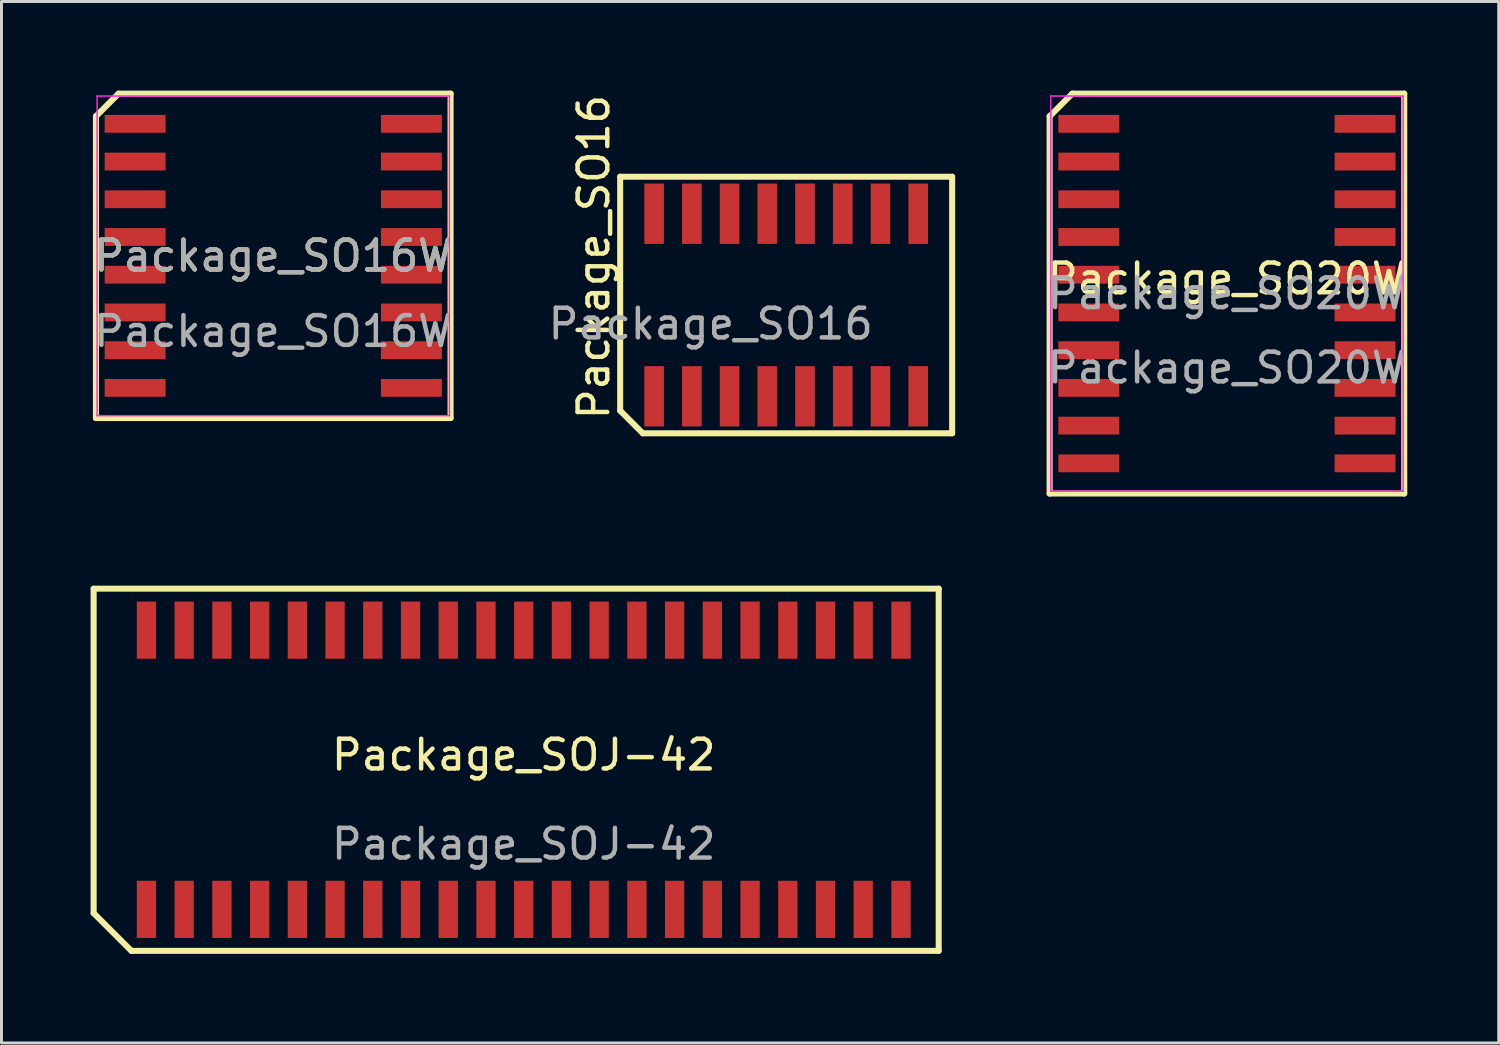
<source format=kicad_pcb>
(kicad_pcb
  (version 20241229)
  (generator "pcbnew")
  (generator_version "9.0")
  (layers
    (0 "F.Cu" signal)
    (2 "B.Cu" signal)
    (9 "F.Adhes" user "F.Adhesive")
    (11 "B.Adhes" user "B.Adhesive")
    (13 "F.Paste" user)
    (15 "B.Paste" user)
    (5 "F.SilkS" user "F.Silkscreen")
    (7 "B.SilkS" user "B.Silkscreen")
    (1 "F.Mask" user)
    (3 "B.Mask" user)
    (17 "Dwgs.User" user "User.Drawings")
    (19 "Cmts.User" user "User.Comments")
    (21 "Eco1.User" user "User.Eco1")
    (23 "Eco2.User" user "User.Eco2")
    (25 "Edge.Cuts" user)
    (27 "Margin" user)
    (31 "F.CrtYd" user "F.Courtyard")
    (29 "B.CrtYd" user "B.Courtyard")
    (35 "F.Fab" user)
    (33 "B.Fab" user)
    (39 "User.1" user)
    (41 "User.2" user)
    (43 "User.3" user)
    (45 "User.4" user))
  (footprint "Package_SO16"
    (layer "F.Cu")
    (at 23.415 7.218)
    (property "Reference" "Package_SO16" (at -6.477 3.937 90) (unlocked yes) (layer "F.SilkS") (effects (font (size 1 1) (thickness 0.15)) (justify left)))
    (attr smd)
    (fp_line (start -5.588 -4.318) (end -5.588 3.556) (stroke (width 0.203) (type solid)) (layer "F.SilkS"))
    (fp_line (start -5.588 3.556) (end -4.826 4.318) (stroke (width 0.203) (type solid)) (layer "F.SilkS"))
    (fp_line (start -4.826 4.318) (end 5.588 4.318) (stroke (width 0.203) (type solid)) (layer "F.SilkS"))
    (fp_line (start 5.588 -4.318) (end -5.588 -4.318) (stroke (width 0.203) (type solid)) (layer "F.SilkS"))
    (fp_line (start 5.588 4.318) (end 5.588 -4.318) (stroke (width 0.203) (type solid)) (layer "F.SilkS"))
    (fp_text user "${REFERENCE}" (at -2.54 0.635 0) (unlocked yes) (layer "F.Fab") (effects (font (size 1 1) (thickness 0.15))))
    (pad "1" smd rect (at -4.445 3.073) (size 0.66 2.032) (layers "F.Cu" "F.Mask" "F.Paste"))
    (pad "2" smd rect (at -3.175 3.073) (size 0.66 2.032) (layers "F.Cu" "F.Mask" "F.Paste"))
    (pad "3" smd rect (at -1.905 3.073) (size 0.66 2.032) (layers "F.Cu" "F.Mask" "F.Paste"))
    (pad "4" smd rect (at -0.635 3.073) (size 0.66 2.032) (layers "F.Cu" "F.Mask" "F.Paste"))
    (pad "5" smd rect (at 0.635 3.073) (size 0.66 2.032) (layers "F.Cu" "F.Mask" "F.Paste"))
    (pad "6" smd rect (at 1.905 3.073) (size 0.66 2.032) (layers "F.Cu" "F.Mask" "F.Paste"))
    (pad "7" smd rect (at 3.175 3.073) (size 0.66 2.032) (layers "F.Cu" "F.Mask" "F.Paste"))
    (pad "8" smd rect (at 4.445 3.073) (size 0.66 2.032) (layers "F.Cu" "F.Mask" "F.Paste"))
    (pad "9" smd rect (at 4.445 -3.073) (size 0.66 2.032) (layers "F.Cu" "F.Mask" "F.Paste"))
    (pad "10" smd rect (at 3.175 -3.073) (size 0.66 2.032) (layers "F.Cu" "F.Mask" "F.Paste"))
    (pad "11" smd rect (at 1.905 -3.073) (size 0.66 2.032) (layers "F.Cu" "F.Mask" "F.Paste"))
    (pad "12" smd rect (at 0.635 -3.073) (size 0.66 2.032) (layers "F.Cu" "F.Mask" "F.Paste"))
    (pad "13" smd rect (at -0.635 -3.073) (size 0.66 2.032) (layers "F.Cu" "F.Mask" "F.Paste"))
    (pad "14" smd rect (at -1.905 -3.073) (size 0.66 2.032) (layers "F.Cu" "F.Mask" "F.Paste"))
    (pad "15" smd rect (at -3.175 -3.073) (size 0.66 2.032) (layers "F.Cu" "F.Mask" "F.Paste"))
    (pad "16" smd rect (at -4.445 -3.073) (size 0.66 2.032) (layers "F.Cu" "F.Mask" "F.Paste")))
  (footprint "Package_SOJ-42"
    (layer "F.Cu")
    (at 14.58 22.863)
    (property "Reference" "Package_SOJ-42" (at 0 -0.5 0) (unlocked yes) (layer "F.SilkS") (effects (font (size 1 1) (thickness 0.15))))
    (attr smd)
    (fp_line (start -14.478 -6.096) (end -14.478 4.826) (stroke (width 0.203) (type solid)) (layer "F.SilkS"))
    (fp_line (start -14.478 4.826) (end -13.208 6.096) (stroke (width 0.203) (type solid)) (layer "F.SilkS"))
    (fp_line (start -13.208 6.096) (end 13.97 6.096) (stroke (width 0.203) (type solid)) (layer "F.SilkS"))
    (fp_line (start 13.97 -6.096) (end -14.478 -6.096) (stroke (width 0.203) (type solid)) (layer "F.SilkS"))
    (fp_line (start 13.97 6.096) (end 13.97 -6.096) (stroke (width 0.203) (type solid)) (layer "F.SilkS"))
    (fp_text user "${REFERENCE}" (at 0 2.5 0) (unlocked yes) (layer "F.Fab") (effects (font (size 1 1) (thickness 0.15))))
    (pad "1" smd rect (at -12.7 4.699) (size 0.649 1.925) (layers "F.Cu" "F.Mask" "F.Paste"))
    (pad "2" smd rect (at -11.43 4.699) (size 0.649 1.925) (layers "F.Cu" "F.Mask" "F.Paste"))
    (pad "3" smd rect (at -10.16 4.699) (size 0.649 1.925) (layers "F.Cu" "F.Mask" "F.Paste"))
    (pad "4" smd rect (at -8.89 4.699) (size 0.649 1.925) (layers "F.Cu" "F.Mask" "F.Paste"))
    (pad "5" smd rect (at -7.62 4.699) (size 0.649 1.925) (layers "F.Cu" "F.Mask" "F.Paste"))
    (pad "6" smd rect (at -6.35 4.699) (size 0.649 1.925) (layers "F.Cu" "F.Mask" "F.Paste"))
    (pad "7" smd rect (at -5.08 4.699) (size 0.649 1.925) (layers "F.Cu" "F.Mask" "F.Paste"))
    (pad "8" smd rect (at -3.81 4.699) (size 0.649 1.925) (layers "F.Cu" "F.Mask" "F.Paste"))
    (pad "9" smd rect (at -2.54 4.699) (size 0.649 1.925) (layers "F.Cu" "F.Mask" "F.Paste"))
    (pad "10" smd rect (at -1.27 4.699) (size 0.649 1.925) (layers "F.Cu" "F.Mask" "F.Paste"))
    (pad "11" smd rect (at 0 4.699) (size 0.649 1.925) (layers "F.Cu" "F.Mask" "F.Paste"))
    (pad "12" smd rect (at 1.27 4.699) (size 0.649 1.925) (layers "F.Cu" "F.Mask" "F.Paste"))
    (pad "13" smd rect (at 2.54 4.699) (size 0.649 1.925) (layers "F.Cu" "F.Mask" "F.Paste"))
    (pad "14" smd rect (at 3.81 4.699) (size 0.649 1.925) (layers "F.Cu" "F.Mask" "F.Paste"))
    (pad "15" smd rect (at 5.08 4.699) (size 0.649 1.925) (layers "F.Cu" "F.Mask" "F.Paste"))
    (pad "16" smd rect (at 6.35 4.699) (size 0.649 1.925) (layers "F.Cu" "F.Mask" "F.Paste"))
    (pad "17" smd rect (at 7.62 4.699) (size 0.649 1.925) (layers "F.Cu" "F.Mask" "F.Paste"))
    (pad "18" smd rect (at 8.89 4.699) (size 0.649 1.925) (layers "F.Cu" "F.Mask" "F.Paste"))
    (pad "19" smd rect (at 10.16 4.699) (size 0.649 1.925) (layers "F.Cu" "F.Mask" "F.Paste"))
    (pad "20" smd rect (at 11.43 4.699) (size 0.649 1.925) (layers "F.Cu" "F.Mask" "F.Paste"))
    (pad "21" smd rect (at 12.7 4.699) (size 0.649 1.925) (layers "F.Cu" "F.Mask" "F.Paste"))
    (pad "22" smd rect (at 12.7 -4.699) (size 0.649 1.925) (layers "F.Cu" "F.Mask" "F.Paste"))
    (pad "23" smd rect (at 11.43 -4.699) (size 0.649 1.925) (layers "F.Cu" "F.Mask" "F.Paste"))
    (pad "24" smd rect (at 10.16 -4.699) (size 0.649 1.925) (layers "F.Cu" "F.Mask" "F.Paste"))
    (pad "25" smd rect (at 8.89 -4.699) (size 0.649 1.925) (layers "F.Cu" "F.Mask" "F.Paste"))
    (pad "26" smd rect (at 7.62 -4.699) (size 0.649 1.925) (layers "F.Cu" "F.Mask" "F.Paste"))
    (pad "27" smd rect (at 6.35 -4.699) (size 0.649 1.925) (layers "F.Cu" "F.Mask" "F.Paste"))
    (pad "28" smd rect (at 5.08 -4.699) (size 0.649 1.925) (layers "F.Cu" "F.Mask" "F.Paste"))
    (pad "29" smd rect (at 3.81 -4.699) (size 0.649 1.925) (layers "F.Cu" "F.Mask" "F.Paste"))
    (pad "30" smd rect (at 2.54 -4.699) (size 0.649 1.925) (layers "F.Cu" "F.Mask" "F.Paste"))
    (pad "31" smd rect (at 1.27 -4.699) (size 0.649 1.925) (layers "F.Cu" "F.Mask" "F.Paste"))
    (pad "32" smd rect (at 0 -4.699) (size 0.649 1.925) (layers "F.Cu" "F.Mask" "F.Paste"))
    (pad "33" smd rect (at -1.27 -4.699) (size 0.649 1.925) (layers "F.Cu" "F.Mask" "F.Paste"))
    (pad "34" smd rect (at -2.54 -4.699) (size 0.649 1.925) (layers "F.Cu" "F.Mask" "F.Paste"))
    (pad "35" smd rect (at -3.81 -4.699) (size 0.649 1.925) (layers "F.Cu" "F.Mask" "F.Paste"))
    (pad "36" smd rect (at -5.08 -4.699) (size 0.649 1.925) (layers "F.Cu" "F.Mask" "F.Paste"))
    (pad "37" smd rect (at -6.35 -4.699) (size 0.649 1.925) (layers "F.Cu" "F.Mask" "F.Paste"))
    (pad "38" smd rect (at -7.62 -4.699) (size 0.649 1.925) (layers "F.Cu" "F.Mask" "F.Paste"))
    (pad "39" smd rect (at -8.89 -4.699) (size 0.649 1.925) (layers "F.Cu" "F.Mask" "F.Paste"))
    (pad "40" smd rect (at -10.16 -4.699) (size 0.649 1.925) (layers "F.Cu" "F.Mask" "F.Paste"))
    (pad "41" smd rect (at -11.43 -4.699) (size 0.649 1.925) (layers "F.Cu" "F.Mask" "F.Paste"))
    (pad "42" smd rect (at -12.7 -4.699) (size 0.649 1.925) (layers "F.Cu" "F.Mask" "F.Paste")))
  (footprint "Package_SO20W"
    (layer "F.Cu")
    (at 38.253 6.833)
    (property "Reference" "Package_SO20W" (at 0 -0.5 0) (unlocked yes) (layer "F.SilkS") (effects (font (size 1 1) (thickness 0.15))))
    (attr smd)
    (fp_line (start -5.969 -5.969) (end -5.207 -6.731) (stroke (width 0.203) (type solid)) (layer "F.SilkS"))
    (fp_line (start -5.969 6.731) (end -5.969 -5.969) (stroke (width 0.203) (type solid)) (layer "F.SilkS"))
    (fp_line (start -5.207 -6.731) (end 5.969 -6.731) (stroke (width 0.203) (type solid)) (layer "F.SilkS"))
    (fp_line (start 5.969 -6.731) (end 5.969 6.731) (stroke (width 0.203) (type solid)) (layer "F.SilkS"))
    (fp_line (start 5.969 6.731) (end -5.969 6.731) (stroke (width 0.203) (type solid)) (layer "F.SilkS"))
    (fp_line (start -5.93 -6.65) (end -5.93 6.65) (stroke (width 0.05) (type solid)) (layer "F.CrtYd"))
    (fp_line (start -5.93 6.65) (end 5.93 6.65) (stroke (width 0.05) (type solid)) (layer "F.CrtYd"))
    (fp_line (start 5.93 -6.65) (end -5.93 -6.65) (stroke (width 0.05) (type solid)) (layer "F.CrtYd"))
    (fp_line (start 5.93 6.65) (end 5.93 -6.65) (stroke (width 0.05) (type solid)) (layer "F.CrtYd"))
    (fp_text user "${REFERENCE}" (at 0 0 0) (layer "F.Fab") (effects (font (size 1 1) (thickness 0.15))))
    (fp_text user "${REFERENCE}" (at 0 2.5 0) (unlocked yes) (layer "F.Fab") (effects (font (size 1 1) (thickness 0.15))))
    (pad "1" smd rect (at -4.65 -5.715) (size 2.05 0.6) (layers "F.Cu" "F.Mask" "F.Paste"))
    (pad "2" smd rect (at -4.65 -4.445) (size 2.05 0.6) (layers "F.Cu" "F.Mask" "F.Paste"))
    (pad "3" smd rect (at -4.65 -3.175) (size 2.05 0.6) (layers "F.Cu" "F.Mask" "F.Paste"))
    (pad "4" smd rect (at -4.65 -1.905) (size 2.05 0.6) (layers "F.Cu" "F.Mask" "F.Paste"))
    (pad "5" smd rect (at -4.65 -0.635) (size 2.05 0.6) (layers "F.Cu" "F.Mask" "F.Paste"))
    (pad "6" smd rect (at -4.65 0.635) (size 2.05 0.6) (layers "F.Cu" "F.Mask" "F.Paste"))
    (pad "7" smd rect (at -4.65 1.905) (size 2.05 0.6) (layers "F.Cu" "F.Mask" "F.Paste"))
    (pad "8" smd rect (at -4.65 3.175) (size 2.05 0.6) (layers "F.Cu" "F.Mask" "F.Paste"))
    (pad "9" smd rect (at -4.65 4.445) (size 2.05 0.6) (layers "F.Cu" "F.Mask" "F.Paste"))
    (pad "10" smd rect (at -4.65 5.715) (size 2.05 0.6) (layers "F.Cu" "F.Mask" "F.Paste"))
    (pad "11" smd rect (at 4.65 5.715) (size 2.05 0.6) (layers "F.Cu" "F.Mask" "F.Paste"))
    (pad "12" smd rect (at 4.65 4.445) (size 2.05 0.6) (layers "F.Cu" "F.Mask" "F.Paste"))
    (pad "13" smd rect (at 4.65 3.175) (size 2.05 0.6) (layers "F.Cu" "F.Mask" "F.Paste"))
    (pad "14" smd rect (at 4.65 1.905) (size 2.05 0.6) (layers "F.Cu" "F.Mask" "F.Paste"))
    (pad "15" smd rect (at 4.65 0.635) (size 2.05 0.6) (layers "F.Cu" "F.Mask" "F.Paste"))
    (pad "16" smd rect (at 4.65 -0.635) (size 2.05 0.6) (layers "F.Cu" "F.Mask" "F.Paste"))
    (pad "17" smd rect (at 4.65 -1.905) (size 2.05 0.6) (layers "F.Cu" "F.Mask" "F.Paste"))
    (pad "18" smd rect (at 4.65 -3.175) (size 2.05 0.6) (layers "F.Cu" "F.Mask" "F.Paste"))
    (pad "19" smd rect (at 4.65 -4.445) (size 2.05 0.6) (layers "F.Cu" "F.Mask" "F.Paste"))
    (pad "20" smd rect (at 4.65 -5.715) (size 2.05 0.6) (layers "F.Cu" "F.Mask" "F.Paste")))
  (footprint "Package_SO16W"
    (layer "F.Cu")
    (at 6.149 5.563)
    (property "Reference" "Package_SO16W" (at 0 0 0) (unlocked yes) (layer "F.SilkS") (effects (font (size 1 1) (thickness 0.15))))
    (attr smd)
    (fp_line (start -5.969 -4.699) (end -5.207 -5.461) (stroke (width 0.203) (type solid)) (layer "F.SilkS"))
    (fp_line (start -5.969 5.461) (end -5.969 -4.699) (stroke (width 0.203) (type solid)) (layer "F.SilkS"))
    (fp_line (start -5.207 -5.461) (end 5.969 -5.461) (stroke (width 0.203) (type solid)) (layer "F.SilkS"))
    (fp_line (start 5.969 -5.461) (end 5.969 5.461) (stroke (width 0.203) (type solid)) (layer "F.SilkS"))
    (fp_line (start 5.969 5.461) (end -5.969 5.461) (stroke (width 0.203) (type solid)) (layer "F.SilkS"))
    (fp_line (start -5.93 -5.38) (end -5.93 5.38) (stroke (width 0.05) (type solid)) (layer "F.CrtYd"))
    (fp_line (start -5.93 5.38) (end 5.93 5.38) (stroke (width 0.05) (type solid)) (layer "F.CrtYd"))
    (fp_line (start 5.93 -5.38) (end -5.93 -5.38) (stroke (width 0.05) (type solid)) (layer "F.CrtYd"))
    (fp_line (start 5.93 5.38) (end 5.93 -5.38) (stroke (width 0.05) (type solid)) (layer "F.CrtYd"))
    (fp_text user "${REFERENCE}" (at 0 2.54 0) (unlocked yes) (layer "F.Fab") (effects (font (size 1 1) (thickness 0.15))))
    (fp_text user "${REFERENCE}" (at 0 0 0) (layer "F.Fab") (effects (font (size 1 1) (thickness 0.15))))
    (pad "1" smd rect (at -4.65 -4.445) (size 2.05 0.6) (layers "F.Cu" "F.Mask" "F.Paste"))
    (pad "2" smd rect (at -4.65 -3.175) (size 2.05 0.6) (layers "F.Cu" "F.Mask" "F.Paste"))
    (pad "3" smd rect (at -4.65 -1.905) (size 2.05 0.6) (layers "F.Cu" "F.Mask" "F.Paste"))
    (pad "4" smd rect (at -4.65 -0.635) (size 2.05 0.6) (layers "F.Cu" "F.Mask" "F.Paste"))
    (pad "5" smd rect (at -4.65 0.635) (size 2.05 0.6) (layers "F.Cu" "F.Mask" "F.Paste"))
    (pad "6" smd rect (at -4.65 1.905) (size 2.05 0.6) (layers "F.Cu" "F.Mask" "F.Paste"))
    (pad "7" smd rect (at -4.65 3.175) (size 2.05 0.6) (layers "F.Cu" "F.Mask" "F.Paste"))
    (pad "8" smd rect (at -4.65 4.445) (size 2.05 0.6) (layers "F.Cu" "F.Mask" "F.Paste"))
    (pad "9" smd rect (at 4.65 4.445) (size 2.05 0.6) (layers "F.Cu" "F.Mask" "F.Paste"))
    (pad "10" smd rect (at 4.65 3.175) (size 2.05 0.6) (layers "F.Cu" "F.Mask" "F.Paste"))
    (pad "11" smd rect (at 4.65 1.905) (size 2.05 0.6) (layers "F.Cu" "F.Mask" "F.Paste"))
    (pad "12" smd rect (at 4.65 0.635) (size 2.05 0.6) (layers "F.Cu" "F.Mask" "F.Paste"))
    (pad "13" smd rect (at 4.65 -0.635) (size 2.05 0.6) (layers "F.Cu" "F.Mask" "F.Paste"))
    (pad "14" smd rect (at 4.65 -1.905) (size 2.05 0.6) (layers "F.Cu" "F.Mask" "F.Paste"))
    (pad "15" smd rect (at 4.65 -3.175) (size 2.05 0.6) (layers "F.Cu" "F.Mask" "F.Paste"))
    (pad "16" smd rect (at 4.65 -4.445) (size 2.05 0.6) (layers "F.Cu" "F.Mask" "F.Paste")))
  (gr_rect
    (start -3 -3)
    (end 47.402 32.06)
    (stroke (width 0.1) (type default))
    (fill no)
    (layer "Edge.Cuts")))
</source>
